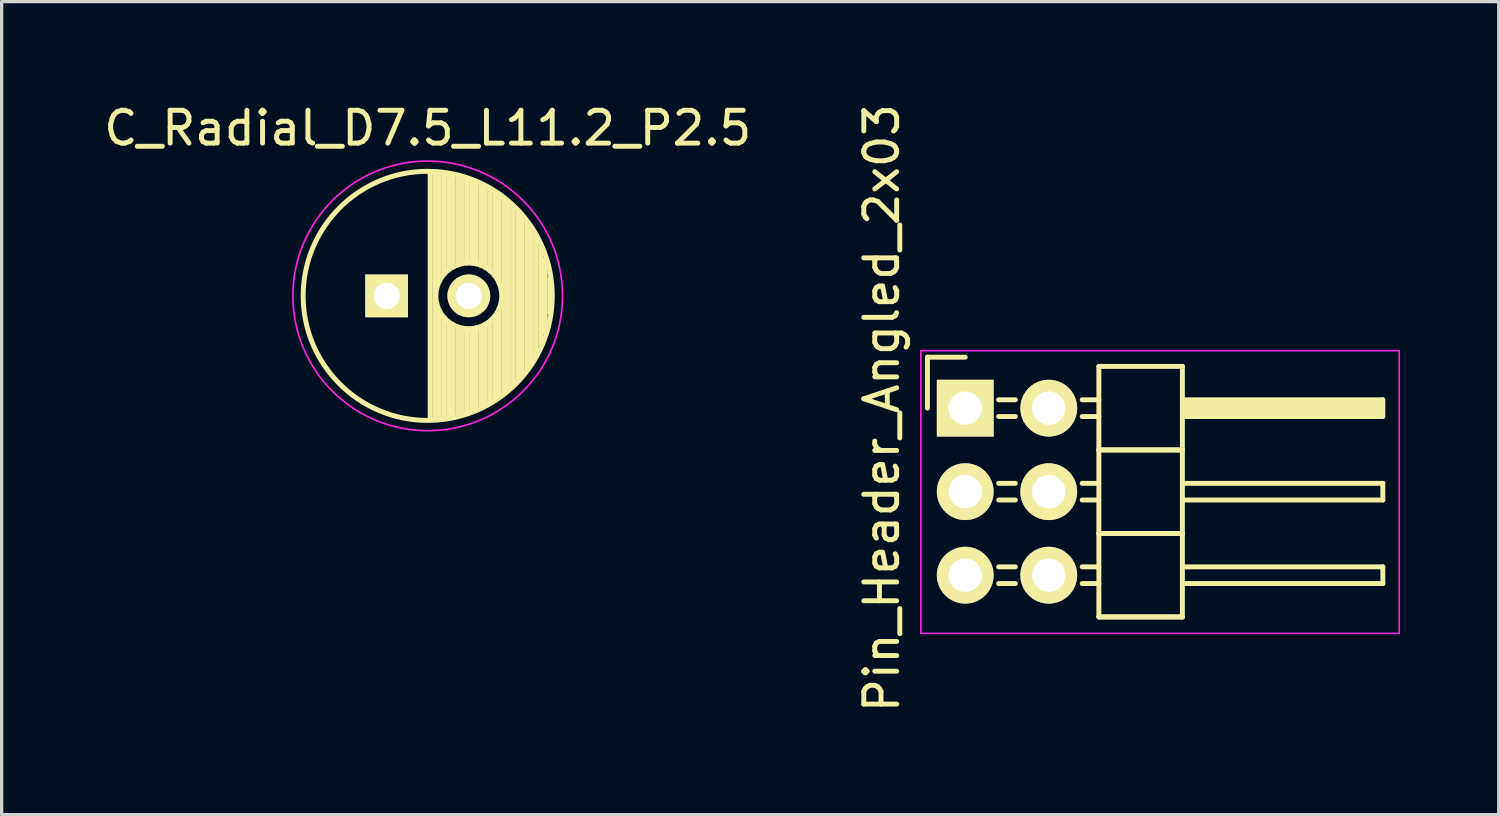
<source format=kicad_pcb>
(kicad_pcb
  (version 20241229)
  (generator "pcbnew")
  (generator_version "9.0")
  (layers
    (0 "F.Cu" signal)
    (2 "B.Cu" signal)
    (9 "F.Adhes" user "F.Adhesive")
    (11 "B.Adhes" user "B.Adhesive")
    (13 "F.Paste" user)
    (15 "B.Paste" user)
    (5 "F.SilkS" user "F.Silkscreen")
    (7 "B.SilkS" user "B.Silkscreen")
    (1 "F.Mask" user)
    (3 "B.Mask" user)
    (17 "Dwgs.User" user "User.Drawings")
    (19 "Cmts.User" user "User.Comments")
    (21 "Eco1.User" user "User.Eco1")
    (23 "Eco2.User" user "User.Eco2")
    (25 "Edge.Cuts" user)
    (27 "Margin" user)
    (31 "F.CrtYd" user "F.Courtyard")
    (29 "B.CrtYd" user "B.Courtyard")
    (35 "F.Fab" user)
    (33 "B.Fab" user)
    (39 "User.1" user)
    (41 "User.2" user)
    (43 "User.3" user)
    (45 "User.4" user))
  (footprint "C_Radial_D7.5_L11.2_P2.5"
    (layer "F.Cu")
    (at 8.708 5.948)
    (property "Reference" "C_Radial_D7.5_L11.2_P2.5" (at 1.25 -5.1 0) (layer "F.SilkS") (effects (font (size 1 1) (thickness 0.15))))
    (attr through_hole)
    (fp_line (start 1.325 -3.749) (end 1.325 3.749) (stroke (width 0.15) (type solid)) (layer "F.SilkS"))
    (fp_line (start 1.465 -3.744) (end 1.465 3.744) (stroke (width 0.15) (type solid)) (layer "F.SilkS"))
    (fp_line (start 1.605 -3.733) (end 1.605 -0.446) (stroke (width 0.15) (type solid)) (layer "F.SilkS"))
    (fp_line (start 1.605 0.446) (end 1.605 3.733) (stroke (width 0.15) (type solid)) (layer "F.SilkS"))
    (fp_line (start 1.745 -3.717) (end 1.745 -0.656) (stroke (width 0.15) (type solid)) (layer "F.SilkS"))
    (fp_line (start 1.745 0.656) (end 1.745 3.717) (stroke (width 0.15) (type solid)) (layer "F.SilkS"))
    (fp_line (start 1.885 -3.696) (end 1.885 -0.789) (stroke (width 0.15) (type solid)) (layer "F.SilkS"))
    (fp_line (start 1.885 0.789) (end 1.885 3.696) (stroke (width 0.15) (type solid)) (layer "F.SilkS"))
    (fp_line (start 2.025 -3.669) (end 2.025 -0.88) (stroke (width 0.15) (type solid)) (layer "F.SilkS"))
    (fp_line (start 2.025 0.88) (end 2.025 3.669) (stroke (width 0.15) (type solid)) (layer "F.SilkS"))
    (fp_line (start 2.165 -3.637) (end 2.165 -0.942) (stroke (width 0.15) (type solid)) (layer "F.SilkS"))
    (fp_line (start 2.165 0.942) (end 2.165 3.637) (stroke (width 0.15) (type solid)) (layer "F.SilkS"))
    (fp_line (start 2.305 -3.599) (end 2.305 -0.981) (stroke (width 0.15) (type solid)) (layer "F.SilkS"))
    (fp_line (start 2.305 0.981) (end 2.305 3.599) (stroke (width 0.15) (type solid)) (layer "F.SilkS"))
    (fp_line (start 2.445 -3.555) (end 2.445 -0.998) (stroke (width 0.15) (type solid)) (layer "F.SilkS"))
    (fp_line (start 2.445 0.998) (end 2.445 3.555) (stroke (width 0.15) (type solid)) (layer "F.SilkS"))
    (fp_line (start 2.585 -3.504) (end 2.585 -0.996) (stroke (width 0.15) (type solid)) (layer "F.SilkS"))
    (fp_line (start 2.585 0.996) (end 2.585 3.504) (stroke (width 0.15) (type solid)) (layer "F.SilkS"))
    (fp_line (start 2.725 -3.448) (end 2.725 -0.974) (stroke (width 0.15) (type solid)) (layer "F.SilkS"))
    (fp_line (start 2.725 0.974) (end 2.725 3.448) (stroke (width 0.15) (type solid)) (layer "F.SilkS"))
    (fp_line (start 2.865 -3.384) (end 2.865 -0.931) (stroke (width 0.15) (type solid)) (layer "F.SilkS"))
    (fp_line (start 2.865 0.931) (end 2.865 3.384) (stroke (width 0.15) (type solid)) (layer "F.SilkS"))
    (fp_line (start 3.005 -3.314) (end 3.005 -0.863) (stroke (width 0.15) (type solid)) (layer "F.SilkS"))
    (fp_line (start 3.005 0.863) (end 3.005 3.314) (stroke (width 0.15) (type solid)) (layer "F.SilkS"))
    (fp_line (start 3.145 -3.236) (end 3.145 -0.764) (stroke (width 0.15) (type solid)) (layer "F.SilkS"))
    (fp_line (start 3.145 0.764) (end 3.145 3.236) (stroke (width 0.15) (type solid)) (layer "F.SilkS"))
    (fp_line (start 3.285 -3.15) (end 3.285 -0.619) (stroke (width 0.15) (type solid)) (layer "F.SilkS"))
    (fp_line (start 3.285 0.619) (end 3.285 3.15) (stroke (width 0.15) (type solid)) (layer "F.SilkS"))
    (fp_line (start 3.425 -3.055) (end 3.425 -0.38) (stroke (width 0.15) (type solid)) (layer "F.SilkS"))
    (fp_line (start 3.425 0.38) (end 3.425 3.055) (stroke (width 0.15) (type solid)) (layer "F.SilkS"))
    (fp_line (start 3.565 -2.95) (end 3.565 2.95) (stroke (width 0.15) (type solid)) (layer "F.SilkS"))
    (fp_line (start 3.705 -2.835) (end 3.705 2.835) (stroke (width 0.15) (type solid)) (layer "F.SilkS"))
    (fp_line (start 3.845 -2.707) (end 3.845 2.707) (stroke (width 0.15) (type solid)) (layer "F.SilkS"))
    (fp_line (start 3.985 -2.566) (end 3.985 2.566) (stroke (width 0.15) (type solid)) (layer "F.SilkS"))
    (fp_line (start 4.125 -2.408) (end 4.125 2.408) (stroke (width 0.15) (type solid)) (layer "F.SilkS"))
    (fp_line (start 4.265 -2.23) (end 4.265 2.23) (stroke (width 0.15) (type solid)) (layer "F.SilkS"))
    (fp_line (start 4.405 -2.027) (end 4.405 2.027) (stroke (width 0.15) (type solid)) (layer "F.SilkS"))
    (fp_line (start 4.545 -1.79) (end 4.545 1.79) (stroke (width 0.15) (type solid)) (layer "F.SilkS"))
    (fp_line (start 4.685 -1.504) (end 4.685 1.504) (stroke (width 0.15) (type solid)) (layer "F.SilkS"))
    (fp_line (start 4.825 -1.132) (end 4.825 1.132) (stroke (width 0.15) (type solid)) (layer "F.SilkS"))
    (fp_line (start 4.965 -0.511) (end 4.965 0.511) (stroke (width 0.15) (type solid)) (layer "F.SilkS"))
    (fp_circle (center 1.25 0) (end 1.25 -3.788) (stroke (width 0.15) (type solid)) (fill no) (layer "F.SilkS"))
    (fp_circle (center 2.5 0) (end 2.5 -1) (stroke (width 0.15) (type solid)) (fill no) (layer "F.SilkS"))
    (fp_circle (center 1.25 0) (end 1.25 -4.1) (stroke (width 0.05) (type solid)) (fill no) (layer "F.CrtYd"))
    (pad "1" thru_hole rect (at 0 0) (size 1.3 1.3) (drill 0.8) (layers "*.Cu" "*.Mask" "F.SilkS"))
    (pad "2" thru_hole circle (at 2.5 0) (size 1.3 1.3) (drill 0.8) (layers "*.Cu" "*.Mask" "F.SilkS")))
  (footprint "Pin_Header_Angled_2x03"
    (layer "F.Cu")
    (at 26.305 9.363)
    (property "Reference" "Pin_Header_Angled_2x03" (at -2.54 0 90) (layer "F.SilkS") (effects (font (size 1 1) (thickness 0.15))))
    (attr through_hole)
    (fp_line (start -1.15 -1.55) (end -1.15 0) (stroke (width 0.15) (type solid)) (layer "F.SilkS"))
    (fp_line (start 0 -1.55) (end -1.15 -1.55) (stroke (width 0.15) (type solid)) (layer "F.SilkS"))
    (fp_line (start 1.524 -0.254) (end 1.016 -0.254) (stroke (width 0.15) (type solid)) (layer "F.SilkS"))
    (fp_line (start 1.524 0.254) (end 1.016 0.254) (stroke (width 0.15) (type solid)) (layer "F.SilkS"))
    (fp_line (start 1.524 2.286) (end 1.016 2.286) (stroke (width 0.15) (type solid)) (layer "F.SilkS"))
    (fp_line (start 1.524 2.794) (end 1.016 2.794) (stroke (width 0.15) (type solid)) (layer "F.SilkS"))
    (fp_line (start 1.524 4.826) (end 1.016 4.826) (stroke (width 0.15) (type solid)) (layer "F.SilkS"))
    (fp_line (start 1.524 5.334) (end 1.016 5.334) (stroke (width 0.15) (type solid)) (layer "F.SilkS"))
    (fp_line (start 4.064 -1.27) (end 4.064 1.27) (stroke (width 0.15) (type solid)) (layer "F.SilkS"))
    (fp_line (start 4.064 -1.27) (end 6.604 -1.27) (stroke (width 0.15) (type solid)) (layer "F.SilkS"))
    (fp_line (start 4.064 -0.254) (end 3.556 -0.254) (stroke (width 0.15) (type solid)) (layer "F.SilkS"))
    (fp_line (start 4.064 0.254) (end 3.556 0.254) (stroke (width 0.15) (type solid)) (layer "F.SilkS"))
    (fp_line (start 4.064 1.27) (end 4.064 3.81) (stroke (width 0.15) (type solid)) (layer "F.SilkS"))
    (fp_line (start 4.064 1.27) (end 6.604 1.27) (stroke (width 0.15) (type solid)) (layer "F.SilkS"))
    (fp_line (start 4.064 1.27) (end 6.604 1.27) (stroke (width 0.15) (type solid)) (layer "F.SilkS"))
    (fp_line (start 4.064 2.286) (end 3.556 2.286) (stroke (width 0.15) (type solid)) (layer "F.SilkS"))
    (fp_line (start 4.064 2.794) (end 3.556 2.794) (stroke (width 0.15) (type solid)) (layer "F.SilkS"))
    (fp_line (start 4.064 3.81) (end 4.064 6.35) (stroke (width 0.15) (type solid)) (layer "F.SilkS"))
    (fp_line (start 4.064 3.81) (end 6.604 3.81) (stroke (width 0.15) (type solid)) (layer "F.SilkS"))
    (fp_line (start 4.064 3.81) (end 6.604 3.81) (stroke (width 0.15) (type solid)) (layer "F.SilkS"))
    (fp_line (start 4.064 4.826) (end 3.556 4.826) (stroke (width 0.15) (type solid)) (layer "F.SilkS"))
    (fp_line (start 4.064 5.334) (end 3.556 5.334) (stroke (width 0.15) (type solid)) (layer "F.SilkS"))
    (fp_line (start 4.064 6.35) (end 6.604 6.35) (stroke (width 0.15) (type solid)) (layer "F.SilkS"))
    (fp_line (start 4.064 6.35) (end 6.604 6.35) (stroke (width 0.15) (type solid)) (layer "F.SilkS"))
    (fp_line (start 6.604 -0.254) (end 12.7 -0.254) (stroke (width 0.15) (type solid)) (layer "F.SilkS"))
    (fp_line (start 6.604 -0.127) (end 12.573 -0.127) (stroke (width 0.15) (type solid)) (layer "F.SilkS"))
    (fp_line (start 6.604 1.27) (end 6.604 -1.27) (stroke (width 0.15) (type solid)) (layer "F.SilkS"))
    (fp_line (start 6.604 2.286) (end 12.7 2.286) (stroke (width 0.15) (type solid)) (layer "F.SilkS"))
    (fp_line (start 6.604 3.81) (end 6.604 1.27) (stroke (width 0.15) (type solid)) (layer "F.SilkS"))
    (fp_line (start 6.604 4.826) (end 12.7 4.826) (stroke (width 0.15) (type solid)) (layer "F.SilkS"))
    (fp_line (start 6.604 6.35) (end 6.604 3.81) (stroke (width 0.15) (type solid)) (layer "F.SilkS"))
    (fp_line (start 6.731 0) (end 12.573 0) (stroke (width 0.15) (type solid)) (layer "F.SilkS"))
    (fp_line (start 6.731 0.127) (end 6.731 0) (stroke (width 0.15) (type solid)) (layer "F.SilkS"))
    (fp_line (start 12.573 -0.127) (end 12.573 0.127) (stroke (width 0.15) (type solid)) (layer "F.SilkS"))
    (fp_line (start 12.573 0.127) (end 6.731 0.127) (stroke (width 0.15) (type solid)) (layer "F.SilkS"))
    (fp_line (start 12.7 -0.254) (end 12.7 0.254) (stroke (width 0.15) (type solid)) (layer "F.SilkS"))
    (fp_line (start 12.7 0.254) (end 6.604 0.254) (stroke (width 0.15) (type solid)) (layer "F.SilkS"))
    (fp_line (start 12.7 2.286) (end 12.7 2.794) (stroke (width 0.15) (type solid)) (layer "F.SilkS"))
    (fp_line (start 12.7 2.794) (end 6.604 2.794) (stroke (width 0.15) (type solid)) (layer "F.SilkS"))
    (fp_line (start 12.7 4.826) (end 12.7 5.334) (stroke (width 0.15) (type solid)) (layer "F.SilkS"))
    (fp_line (start 12.7 5.334) (end 6.604 5.334) (stroke (width 0.15) (type solid)) (layer "F.SilkS"))
    (fp_line (start -1.35 -1.75) (end -1.35 6.85) (stroke (width 0.05) (type solid)) (layer "F.CrtYd"))
    (fp_line (start -1.35 -1.75) (end 13.2 -1.75) (stroke (width 0.05) (type solid)) (layer "F.CrtYd"))
    (fp_line (start -1.35 6.85) (end 13.2 6.85) (stroke (width 0.05) (type solid)) (layer "F.CrtYd"))
    (fp_line (start 13.2 -1.75) (end 13.2 6.85) (stroke (width 0.05) (type solid)) (layer "F.CrtYd"))
    (pad "1" thru_hole rect (at 0 0) (size 1.727 1.727) (drill 1.016) (layers "*.Cu" "*.Mask" "F.SilkS"))
    (pad "2" thru_hole oval (at 2.54 0) (size 1.727 1.727) (drill 1.016) (layers "*.Cu" "*.Mask" "F.SilkS"))
    (pad "3" thru_hole oval (at 0 2.54) (size 1.727 1.727) (drill 1.016) (layers "*.Cu" "*.Mask" "F.SilkS"))
    (pad "4" thru_hole oval (at 2.54 2.54) (size 1.727 1.727) (drill 1.016) (layers "*.Cu" "*.Mask" "F.SilkS"))
    (pad "5" thru_hole oval (at 0 5.08) (size 1.727 1.727) (drill 1.016) (layers "*.Cu" "*.Mask" "F.SilkS"))
    (pad "6" thru_hole oval (at 2.54 5.08) (size 1.727 1.727) (drill 1.016) (layers "*.Cu" "*.Mask" "F.SilkS")))
  (gr_rect
    (start -3 -3)
    (end 42.53 21.726)
    (stroke (width 0.1) (type default))
    (fill no)
    (layer "Edge.Cuts")))
</source>
